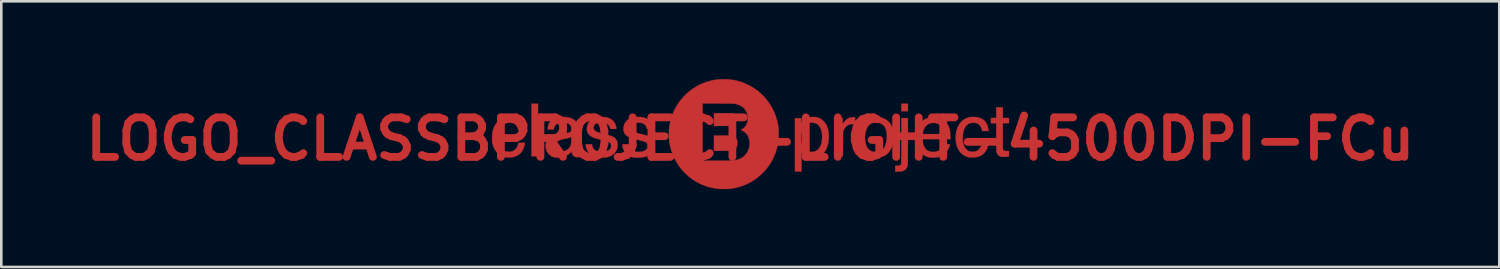
<source format=kicad_pcb>
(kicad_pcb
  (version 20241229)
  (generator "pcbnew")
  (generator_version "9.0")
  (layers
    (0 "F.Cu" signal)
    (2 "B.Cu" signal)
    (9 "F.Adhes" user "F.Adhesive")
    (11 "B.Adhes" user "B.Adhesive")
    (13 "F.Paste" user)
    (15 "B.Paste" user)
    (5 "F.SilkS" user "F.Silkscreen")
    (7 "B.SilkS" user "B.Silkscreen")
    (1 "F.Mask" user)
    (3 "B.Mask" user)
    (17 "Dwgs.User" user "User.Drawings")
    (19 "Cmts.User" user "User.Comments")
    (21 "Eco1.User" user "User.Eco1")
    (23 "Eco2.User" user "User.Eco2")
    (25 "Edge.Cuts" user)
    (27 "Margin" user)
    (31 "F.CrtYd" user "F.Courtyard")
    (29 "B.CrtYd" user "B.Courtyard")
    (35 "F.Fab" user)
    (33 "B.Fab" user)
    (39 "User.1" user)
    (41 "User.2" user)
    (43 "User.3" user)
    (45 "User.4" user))
  (footprint "LOGO_CLASSBPROJECT-LIGHT-4500DPI-FCu"
    (layer "F.Cu")
    (at 25.879 2.31)
    (property "Reference" "LOGO_CLASSBPROJECT-LIGHT-4500DPI-FCu" (at 0 0 0) (layer "F.Cu") (effects (font (size 1.524 1.524) (thickness 0.3))))
    (attr through_hole)
    (fp_poly (pts (xy -8.184 0.666) (xy -8.438 0.666) (xy -8.438 -1.36) (xy -8.184 -1.36) (xy -8.184 0.666)) (stroke (width 0.01) (type solid)) (fill yes) (layer "F.Cu"))
    (fp_poly (pts (xy 6.079 -1.072) (xy 5.825 -1.072) (xy 5.825 -1.36) (xy 6.079 -1.36) (xy 6.079 -1.072)) (stroke (width 0.01) (type solid)) (fill yes) (layer "F.Cu"))
    (fp_poly (pts (xy 4.041 -0.576) (xy 3.966 -0.576) (xy 3.901 -0.573) (xy 3.844 -0.564) (xy 3.794 -0.548) (xy 3.75 -0.524) (xy 3.709 -0.493) (xy 3.687 -0.472) (xy 3.654 -0.433) (xy 3.628 -0.394) (xy 3.607 -0.351) (xy 3.593 -0.318) (xy 3.576 -0.268) (xy 3.574 0.199) (xy 3.573 0.666) (xy 3.319 0.666) (xy 3.319 -0.813) (xy 3.562 -0.813) (xy 3.562 -0.579) (xy 3.578 -0.605) (xy 3.597 -0.632) (xy 3.623 -0.663) (xy 3.653 -0.696) (xy 3.683 -0.726) (xy 3.712 -0.752) (xy 3.716 -0.755) (xy 3.761 -0.788) (xy 3.804 -0.811) (xy 3.85 -0.828) (xy 3.899 -0.837) (xy 3.956 -0.841) (xy 3.97 -0.841) (xy 4.041 -0.841) (xy 4.041 -0.576)) (stroke (width 0.01) (type solid)) (fill yes) (layer "F.Cu"))
    (fp_poly (pts (xy -1.113 -0.135) (xy -1.035 -0.135) (xy -0.967 -0.135) (xy -0.909 -0.134) (xy -0.859 -0.133) (xy -0.816 -0.131) (xy -0.78 -0.129) (xy -0.749 -0.126) (xy -0.722 -0.123) (xy -0.699 -0.118) (xy -0.679 -0.113) (xy -0.66 -0.106) (xy -0.642 -0.098) (xy -0.628 -0.092) (xy -0.584 -0.065) (xy -0.549 -0.03) (xy -0.522 0.012) (xy -0.504 0.059) (xy -0.5 0.083) (xy -0.498 0.114) (xy -0.497 0.149) (xy -0.498 0.185) (xy -0.501 0.216) (xy -0.503 0.229) (xy -0.517 0.279) (xy -0.541 0.325) (xy -0.573 0.366) (xy -0.612 0.399) (xy -0.645 0.418) (xy -0.661 0.425) (xy -0.675 0.431) (xy -0.689 0.436) (xy -0.704 0.441) (xy -0.721 0.444) (xy -0.741 0.447) (xy -0.765 0.449) (xy -0.793 0.451) (xy -0.828 0.452) (xy -0.869 0.453) (xy -0.918 0.454) (xy -0.976 0.455) (xy -1.044 0.455) (xy -1.079 0.456) (xy -1.4 0.458) (xy -1.4 -0.135) (xy -1.113 -0.135)) (stroke (width 0.01) (type solid)) (fill yes) (layer "F.Cu"))
    (fp_poly (pts (xy -1.096 -0.992) (xy -1.026 -0.991) (xy -0.966 -0.99) (xy -0.915 -0.99) (xy -0.872 -0.989) (xy -0.836 -0.987) (xy -0.806 -0.986) (xy -0.78 -0.984) (xy -0.758 -0.981) (xy -0.739 -0.978) (xy -0.721 -0.975) (xy -0.703 -0.971) (xy -0.684 -0.965) (xy -0.675 -0.963) (xy -0.636 -0.946) (xy -0.602 -0.919) (xy -0.577 -0.89) (xy -0.564 -0.868) (xy -0.555 -0.847) (xy -0.549 -0.823) (xy -0.546 -0.794) (xy -0.545 -0.757) (xy -0.545 -0.748) (xy -0.545 -0.716) (xy -0.547 -0.693) (xy -0.55 -0.675) (xy -0.554 -0.658) (xy -0.558 -0.648) (xy -0.579 -0.609) (xy -0.609 -0.576) (xy -0.647 -0.55) (xy -0.658 -0.544) (xy -0.674 -0.537) (xy -0.689 -0.53) (xy -0.704 -0.524) (xy -0.719 -0.52) (xy -0.736 -0.516) (xy -0.756 -0.513) (xy -0.779 -0.51) (xy -0.807 -0.509) (xy -0.841 -0.507) (xy -0.882 -0.506) (xy -0.93 -0.505) (xy -0.988 -0.505) (xy -1.055 -0.504) (xy -1.088 -0.504) (xy -1.4 -0.502) (xy -1.4 -0.994) (xy -1.096 -0.992)) (stroke (width 0.01) (type solid)) (fill yes) (layer "F.Cu"))
    (fp_poly (pts (xy 6.077 0.089) (xy 6.077 0.207) (xy 6.077 0.315) (xy 6.077 0.412) (xy 6.076 0.5) (xy 6.076 0.579) (xy 6.076 0.649) (xy 6.076 0.71) (xy 6.075 0.765) (xy 6.075 0.812) (xy 6.074 0.853) (xy 6.074 0.888) (xy 6.073 0.918) (xy 6.073 0.942) (xy 6.072 0.963) (xy 6.071 0.979) (xy 6.07 0.993) (xy 6.069 1.004) (xy 6.068 1.012) (xy 6.067 1.019) (xy 6.066 1.024) (xy 6.047 1.081) (xy 6.021 1.13) (xy 5.988 1.17) (xy 5.946 1.203) (xy 5.896 1.229) (xy 5.85 1.245) (xy 5.833 1.249) (xy 5.811 1.252) (xy 5.781 1.254) (xy 5.744 1.256) (xy 5.702 1.257) (xy 5.588 1.26) (xy 5.588 1.033) (xy 5.623 1.033) (xy 5.655 1.032) (xy 5.689 1.029) (xy 5.722 1.025) (xy 5.751 1.019) (xy 5.772 1.013) (xy 5.774 1.013) (xy 5.791 1.003) (xy 5.803 0.989) (xy 5.811 0.967) (xy 5.818 0.936) (xy 5.819 0.928) (xy 5.82 0.917) (xy 5.821 0.894) (xy 5.821 0.861) (xy 5.822 0.818) (xy 5.823 0.764) (xy 5.823 0.701) (xy 5.824 0.629) (xy 5.824 0.547) (xy 5.824 0.456) (xy 5.825 0.357) (xy 5.825 0.249) (xy 5.825 0.134) (xy 5.825 0.041) (xy 5.825 -0.807) (xy 6.079 -0.807) (xy 6.077 0.089)) (stroke (width 0.01) (type solid)) (fill yes) (layer "F.Cu"))
    (fp_poly (pts (xy 9.737 -0.813) (xy 9.974 -0.813) (xy 9.974 -0.61) (xy 9.737 -0.61) (xy 9.737 -0.114) (xy 9.737 -0.028) (xy 9.737 0.048) (xy 9.737 0.114) (xy 9.737 0.171) (xy 9.737 0.219) (xy 9.738 0.26) (xy 9.738 0.294) (xy 9.739 0.321) (xy 9.739 0.344) (xy 9.74 0.361) (xy 9.741 0.374) (xy 9.742 0.384) (xy 9.743 0.392) (xy 9.745 0.398) (xy 9.747 0.402) (xy 9.747 0.404) (xy 9.759 0.424) (xy 9.772 0.439) (xy 9.79 0.45) (xy 9.813 0.457) (xy 9.843 0.461) (xy 9.883 0.463) (xy 9.897 0.463) (xy 9.974 0.463) (xy 9.974 0.67) (xy 9.941 0.677) (xy 9.92 0.681) (xy 9.89 0.683) (xy 9.854 0.685) (xy 9.816 0.686) (xy 9.777 0.687) (xy 9.74 0.686) (xy 9.707 0.685) (xy 9.681 0.683) (xy 9.668 0.68) (xy 9.62 0.663) (xy 9.58 0.639) (xy 9.547 0.607) (xy 9.521 0.565) (xy 9.501 0.515) (xy 9.492 0.481) (xy 9.49 0.474) (xy 9.489 0.464) (xy 9.488 0.452) (xy 9.487 0.437) (xy 9.486 0.419) (xy 9.485 0.396) (xy 9.484 0.368) (xy 9.484 0.334) (xy 9.483 0.293) (xy 9.483 0.245) (xy 9.483 0.189) (xy 9.483 0.124) (xy 9.483 0.05) (xy 9.483 -0.034) (xy 9.483 -0.084) (xy 9.483 -0.61) (xy 9.279 -0.61) (xy 9.279 -0.813) (xy 9.483 -0.813) (xy 9.483 -1.225) (xy 9.737 -1.225) (xy 9.737 -0.813)) (stroke (width 0.01) (type solid)) (fill yes) (layer "F.Cu"))
    (fp_poly (pts (xy -9.215 -0.851) (xy -9.178 -0.849) (xy -9.161 -0.847) (xy -9.08 -0.831) (xy -9.006 -0.807) (xy -8.94 -0.775) (xy -8.881 -0.736) (xy -8.831 -0.69) (xy -8.812 -0.668) (xy -8.778 -0.618) (xy -8.749 -0.56) (xy -8.724 -0.494) (xy -8.705 -0.418) (xy -8.69 -0.334) (xy -8.687 -0.31) (xy -8.933 -0.31) (xy -8.946 -0.359) (xy -8.965 -0.415) (xy -8.989 -0.466) (xy -9.017 -0.512) (xy -9.044 -0.544) (xy -9.079 -0.574) (xy -9.117 -0.597) (xy -9.16 -0.613) (xy -9.209 -0.622) (xy -9.266 -0.626) (xy -9.28 -0.626) (xy -9.318 -0.625) (xy -9.351 -0.623) (xy -9.377 -0.618) (xy -9.378 -0.618) (xy -9.436 -0.598) (xy -9.489 -0.568) (xy -9.535 -0.528) (xy -9.575 -0.479) (xy -9.61 -0.42) (xy -9.638 -0.352) (xy -9.661 -0.273) (xy -9.672 -0.222) (xy -9.678 -0.182) (xy -9.682 -0.134) (xy -9.684 -0.081) (xy -9.685 -0.028) (xy -9.684 0.024) (xy -9.681 0.069) (xy -9.678 0.096) (xy -9.663 0.171) (xy -9.642 0.24) (xy -9.615 0.302) (xy -9.582 0.356) (xy -9.545 0.401) (xy -9.51 0.432) (xy -9.474 0.455) (xy -9.433 0.472) (xy -9.406 0.48) (xy -9.368 0.487) (xy -9.324 0.49) (xy -9.278 0.491) (xy -9.235 0.487) (xy -9.207 0.482) (xy -9.154 0.464) (xy -9.105 0.436) (xy -9.061 0.398) (xy -9.021 0.351) (xy -8.988 0.296) (xy -8.96 0.234) (xy -8.941 0.171) (xy -8.935 0.147) (xy -8.686 0.147) (xy -8.69 0.168) (xy -8.709 0.259) (xy -8.735 0.342) (xy -8.767 0.415) (xy -8.807 0.48) (xy -8.853 0.537) (xy -8.906 0.586) (xy -8.944 0.613) (xy -8.997 0.644) (xy -9.052 0.669) (xy -9.112 0.688) (xy -9.179 0.702) (xy -9.18 0.702) (xy -9.211 0.706) (xy -9.249 0.709) (xy -9.291 0.71) (xy -9.335 0.711) (xy -9.377 0.709) (xy -9.415 0.707) (xy -9.445 0.704) (xy -9.451 0.702) (xy -9.529 0.681) (xy -9.601 0.651) (xy -9.669 0.61) (xy -9.73 0.561) (xy -9.785 0.503) (xy -9.833 0.437) (xy -9.874 0.363) (xy -9.907 0.282) (xy -9.928 0.212) (xy -9.944 0.136) (xy -9.953 0.052) (xy -9.957 -0.036) (xy -9.954 -0.125) (xy -9.945 -0.214) (xy -9.931 -0.299) (xy -9.922 -0.336) (xy -9.895 -0.423) (xy -9.859 -0.504) (xy -9.815 -0.577) (xy -9.764 -0.643) (xy -9.705 -0.702) (xy -9.64 -0.752) (xy -9.568 -0.793) (xy -9.49 -0.824) (xy -9.452 -0.836) (xy -9.424 -0.842) (xy -9.388 -0.846) (xy -9.347 -0.849) (xy -9.302 -0.851) (xy -9.257 -0.852) (xy -9.215 -0.851)) (stroke (width 0.01) (type solid)) (fill yes) (layer "F.Cu"))
    (fp_poly (pts (xy 8.661 -0.851) (xy 8.698 -0.849) (xy 8.715 -0.847) (xy 8.796 -0.831) (xy 8.87 -0.807) (xy 8.936 -0.775) (xy 8.995 -0.736) (xy 9.045 -0.69) (xy 9.064 -0.668) (xy 9.098 -0.618) (xy 9.127 -0.56) (xy 9.151 -0.494) (xy 9.171 -0.418) (xy 9.186 -0.334) (xy 9.189 -0.31) (xy 8.943 -0.31) (xy 8.93 -0.359) (xy 8.911 -0.415) (xy 8.887 -0.466) (xy 8.859 -0.512) (xy 8.832 -0.544) (xy 8.797 -0.574) (xy 8.759 -0.597) (xy 8.716 -0.613) (xy 8.667 -0.622) (xy 8.61 -0.626) (xy 8.596 -0.626) (xy 8.558 -0.625) (xy 8.525 -0.623) (xy 8.499 -0.618) (xy 8.497 -0.618) (xy 8.44 -0.598) (xy 8.387 -0.568) (xy 8.341 -0.528) (xy 8.301 -0.479) (xy 8.266 -0.42) (xy 8.238 -0.352) (xy 8.215 -0.273) (xy 8.204 -0.222) (xy 8.198 -0.182) (xy 8.194 -0.134) (xy 8.192 -0.081) (xy 8.191 -0.028) (xy 8.192 0.024) (xy 8.195 0.069) (xy 8.198 0.096) (xy 8.213 0.171) (xy 8.234 0.24) (xy 8.261 0.302) (xy 8.294 0.356) (xy 8.331 0.401) (xy 8.366 0.432) (xy 8.402 0.455) (xy 8.443 0.472) (xy 8.47 0.48) (xy 8.508 0.487) (xy 8.552 0.49) (xy 8.598 0.491) (xy 8.641 0.487) (xy 8.669 0.482) (xy 8.722 0.464) (xy 8.771 0.436) (xy 8.815 0.398) (xy 8.854 0.351) (xy 8.888 0.296) (xy 8.916 0.234) (xy 8.935 0.171) (xy 8.941 0.147) (xy 9.19 0.147) (xy 9.186 0.168) (xy 9.167 0.259) (xy 9.141 0.342) (xy 9.109 0.415) (xy 9.069 0.48) (xy 9.023 0.537) (xy 8.97 0.586) (xy 8.932 0.613) (xy 8.879 0.644) (xy 8.824 0.669) (xy 8.764 0.688) (xy 8.697 0.702) (xy 8.696 0.702) (xy 8.665 0.706) (xy 8.627 0.709) (xy 8.585 0.71) (xy 8.541 0.711) (xy 8.499 0.709) (xy 8.461 0.707) (xy 8.431 0.704) (xy 8.425 0.702) (xy 8.347 0.681) (xy 8.275 0.651) (xy 8.207 0.61) (xy 8.146 0.561) (xy 8.091 0.503) (xy 8.043 0.437) (xy 8.002 0.363) (xy 7.969 0.282) (xy 7.948 0.212) (xy 7.932 0.136) (xy 7.923 0.052) (xy 7.919 -0.036) (xy 7.922 -0.125) (xy 7.931 -0.214) (xy 7.945 -0.299) (xy 7.954 -0.336) (xy 7.981 -0.423) (xy 8.017 -0.504) (xy 8.061 -0.577) (xy 8.112 -0.643) (xy 8.171 -0.702) (xy 8.236 -0.752) (xy 8.308 -0.793) (xy 8.386 -0.824) (xy 8.424 -0.836) (xy 8.452 -0.842) (xy 8.488 -0.846) (xy 8.529 -0.849) (xy 8.574 -0.851) (xy 8.619 -0.852) (xy 8.661 -0.851)) (stroke (width 0.01) (type solid)) (fill yes) (layer "F.Cu"))
    (fp_poly (pts (xy 2.466 -0.849) (xy 2.495 -0.849) (xy 2.518 -0.848) (xy 2.536 -0.846) (xy 2.552 -0.843) (xy 2.568 -0.839) (xy 2.586 -0.834) (xy 2.588 -0.833) (xy 2.662 -0.805) (xy 2.731 -0.767) (xy 2.794 -0.719) (xy 2.851 -0.664) (xy 2.9 -0.6) (xy 2.942 -0.529) (xy 2.976 -0.452) (xy 2.983 -0.433) (xy 3.001 -0.365) (xy 3.015 -0.289) (xy 3.024 -0.207) (xy 3.028 -0.121) (xy 3.027 -0.034) (xy 3.021 0.053) (xy 3.009 0.138) (xy 2.993 0.218) (xy 2.983 0.257) (xy 2.953 0.342) (xy 2.916 0.419) (xy 2.87 0.488) (xy 2.818 0.549) (xy 2.757 0.602) (xy 2.69 0.646) (xy 2.661 0.66) (xy 2.625 0.678) (xy 2.592 0.691) (xy 2.561 0.7) (xy 2.529 0.707) (xy 2.493 0.711) (xy 2.452 0.713) (xy 2.402 0.714) (xy 2.396 0.714) (xy 2.357 0.714) (xy 2.327 0.713) (xy 2.304 0.712) (xy 2.285 0.711) (xy 2.27 0.708) (xy 2.254 0.704) (xy 2.237 0.699) (xy 2.232 0.698) (xy 2.191 0.684) (xy 2.155 0.668) (xy 2.123 0.65) (xy 2.091 0.626) (xy 2.057 0.596) (xy 2.039 0.579) (xy 1.976 0.516) (xy 1.976 0.885) (xy 1.976 1.253) (xy 1.722 1.253) (xy 1.722 -0.013) (xy 1.968 -0.013) (xy 1.973 0.075) (xy 1.985 0.156) (xy 2.004 0.229) (xy 2.03 0.293) (xy 2.062 0.35) (xy 2.101 0.397) (xy 2.147 0.436) (xy 2.198 0.466) (xy 2.256 0.486) (xy 2.277 0.491) (xy 2.303 0.494) (xy 2.335 0.496) (xy 2.371 0.496) (xy 2.406 0.494) (xy 2.436 0.492) (xy 2.457 0.488) (xy 2.508 0.469) (xy 2.557 0.442) (xy 2.604 0.406) (xy 2.645 0.364) (xy 2.679 0.317) (xy 2.692 0.295) (xy 2.717 0.238) (xy 2.738 0.179) (xy 2.753 0.115) (xy 2.763 0.044) (xy 2.769 -0.031) (xy 2.77 -0.119) (xy 2.764 -0.203) (xy 2.75 -0.282) (xy 2.73 -0.354) (xy 2.704 -0.42) (xy 2.671 -0.478) (xy 2.633 -0.527) (xy 2.625 -0.536) (xy 2.582 -0.573) (xy 2.535 -0.6) (xy 2.483 -0.619) (xy 2.425 -0.629) (xy 2.368 -0.632) (xy 2.333 -0.631) (xy 2.3 -0.628) (xy 2.275 -0.624) (xy 2.272 -0.624) (xy 2.213 -0.603) (xy 2.161 -0.573) (xy 2.115 -0.534) (xy 2.075 -0.486) (xy 2.042 -0.428) (xy 2.014 -0.361) (xy 1.993 -0.285) (xy 1.979 -0.199) (xy 1.97 -0.109) (xy 1.968 -0.013) (xy 1.722 -0.013) (xy 1.722 -0.802) (xy 1.97 -0.802) (xy 1.97 -0.634) (xy 2.031 -0.694) (xy 2.08 -0.738) (xy 2.128 -0.774) (xy 2.178 -0.802) (xy 2.233 -0.825) (xy 2.28 -0.84) (xy 2.296 -0.843) (xy 2.314 -0.846) (xy 2.336 -0.848) (xy 2.364 -0.849) (xy 2.4 -0.849) (xy 2.427 -0.849) (xy 2.466 -0.849)) (stroke (width 0.01) (type solid)) (fill yes) (layer "F.Cu"))
    (fp_poly (pts (xy 4.89 -0.852) (xy 4.935 -0.849) (xy 4.974 -0.846) (xy 4.988 -0.844) (xy 5.071 -0.823) (xy 5.151 -0.793) (xy 5.225 -0.752) (xy 5.294 -0.702) (xy 5.337 -0.664) (xy 5.388 -0.606) (xy 5.431 -0.543) (xy 5.466 -0.474) (xy 5.491 -0.406) (xy 5.504 -0.36) (xy 5.514 -0.314) (xy 5.522 -0.265) (xy 5.527 -0.211) (xy 5.53 -0.149) (xy 5.53 -0.14) (xy 5.529 -0.031) (xy 5.521 0.07) (xy 5.504 0.165) (xy 5.48 0.254) (xy 5.447 0.338) (xy 5.405 0.418) (xy 5.38 0.457) (xy 5.332 0.52) (xy 5.278 0.574) (xy 5.217 0.619) (xy 5.149 0.656) (xy 5.073 0.685) (xy 4.99 0.705) (xy 4.97 0.708) (xy 4.941 0.712) (xy 4.904 0.714) (xy 4.862 0.716) (xy 4.819 0.716) (xy 4.775 0.716) (xy 4.736 0.714) (xy 4.702 0.711) (xy 4.682 0.709) (xy 4.6 0.688) (xy 4.524 0.658) (xy 4.454 0.619) (xy 4.391 0.571) (xy 4.334 0.513) (xy 4.285 0.447) (xy 4.246 0.381) (xy 4.211 0.301) (xy 4.185 0.214) (xy 4.167 0.121) (xy 4.157 0.023) (xy 4.157 -0.046) (xy 4.42 -0.046) (xy 4.423 0.037) (xy 4.434 0.116) (xy 4.451 0.189) (xy 4.474 0.256) (xy 4.504 0.316) (xy 4.539 0.368) (xy 4.579 0.411) (xy 4.625 0.445) (xy 4.647 0.457) (xy 4.681 0.472) (xy 4.714 0.483) (xy 4.748 0.49) (xy 4.786 0.494) (xy 4.831 0.495) (xy 4.854 0.495) (xy 4.89 0.494) (xy 4.917 0.492) (xy 4.938 0.49) (xy 4.957 0.487) (xy 4.975 0.482) (xy 4.987 0.478) (xy 5.036 0.458) (xy 5.08 0.43) (xy 5.118 0.396) (xy 5.151 0.352) (xy 5.181 0.3) (xy 5.207 0.238) (xy 5.218 0.207) (xy 5.242 0.124) (xy 5.257 0.041) (xy 5.265 -0.045) (xy 5.265 -0.138) (xy 5.265 -0.138) (xy 5.26 -0.21) (xy 5.252 -0.273) (xy 5.239 -0.33) (xy 5.221 -0.383) (xy 5.198 -0.434) (xy 5.197 -0.437) (xy 5.163 -0.491) (xy 5.121 -0.537) (xy 5.071 -0.575) (xy 5.015 -0.604) (xy 4.996 -0.612) (xy 4.974 -0.619) (xy 4.955 -0.624) (xy 4.936 -0.627) (xy 4.912 -0.629) (xy 4.882 -0.631) (xy 4.867 -0.631) (xy 4.816 -0.631) (xy 4.773 -0.629) (xy 4.736 -0.622) (xy 4.7 -0.611) (xy 4.664 -0.596) (xy 4.616 -0.567) (xy 4.572 -0.528) (xy 4.533 -0.48) (xy 4.5 -0.423) (xy 4.471 -0.359) (xy 4.449 -0.289) (xy 4.433 -0.212) (xy 4.423 -0.129) (xy 4.42 -0.046) (xy 4.157 -0.046) (xy 4.157 -0.08) (xy 4.159 -0.129) (xy 4.168 -0.215) (xy 4.181 -0.293) (xy 4.199 -0.364) (xy 4.223 -0.431) (xy 4.25 -0.491) (xy 4.295 -0.569) (xy 4.346 -0.637) (xy 4.404 -0.696) (xy 4.469 -0.746) (xy 4.539 -0.787) (xy 4.616 -0.819) (xy 4.699 -0.841) (xy 4.717 -0.844) (xy 4.752 -0.848) (xy 4.795 -0.851) (xy 4.842 -0.852) (xy 4.89 -0.852)) (stroke (width 0.01) (type solid)) (fill yes) (layer "F.Cu"))
    (fp_poly (pts (xy 7.122 -0.84) (xy 7.165 -0.836) (xy 7.186 -0.833) (xy 7.264 -0.814) (xy 7.337 -0.787) (xy 7.407 -0.753) (xy 7.47 -0.712) (xy 7.526 -0.666) (xy 7.573 -0.615) (xy 7.59 -0.591) (xy 7.619 -0.546) (xy 7.643 -0.501) (xy 7.663 -0.452) (xy 7.68 -0.4) (xy 7.693 -0.342) (xy 7.703 -0.278) (xy 7.711 -0.207) (xy 7.716 -0.126) (xy 7.718 -0.08) (xy 7.722 0.006) (xy 6.644 0.006) (xy 6.644 0.03) (xy 6.645 0.054) (xy 6.649 0.085) (xy 6.654 0.12) (xy 6.661 0.156) (xy 6.668 0.188) (xy 6.672 0.202) (xy 6.694 0.267) (xy 6.724 0.325) (xy 6.759 0.375) (xy 6.8 0.417) (xy 6.846 0.45) (xy 6.865 0.46) (xy 6.902 0.476) (xy 6.938 0.486) (xy 6.976 0.493) (xy 7.02 0.496) (xy 7.07 0.495) (xy 7.104 0.494) (xy 7.131 0.492) (xy 7.152 0.489) (xy 7.171 0.484) (xy 7.192 0.478) (xy 7.194 0.477) (xy 7.255 0.451) (xy 7.309 0.415) (xy 7.356 0.372) (xy 7.395 0.32) (xy 7.426 0.261) (xy 7.432 0.246) (xy 7.448 0.203) (xy 7.574 0.203) (xy 7.7 0.203) (xy 7.696 0.224) (xy 7.683 0.274) (xy 7.663 0.327) (xy 7.635 0.382) (xy 7.603 0.437) (xy 7.566 0.487) (xy 7.528 0.533) (xy 7.518 0.542) (xy 7.458 0.594) (xy 7.391 0.637) (xy 7.317 0.671) (xy 7.237 0.697) (xy 7.165 0.711) (xy 7.13 0.714) (xy 7.088 0.716) (xy 7.042 0.717) (xy 6.995 0.716) (xy 6.95 0.713) (xy 6.911 0.709) (xy 6.886 0.705) (xy 6.808 0.683) (xy 6.734 0.65) (xy 6.664 0.607) (xy 6.598 0.554) (xy 6.592 0.549) (xy 6.539 0.493) (xy 6.494 0.434) (xy 6.456 0.371) (xy 6.426 0.302) (xy 6.402 0.226) (xy 6.384 0.141) (xy 6.378 0.102) (xy 6.375 0.071) (xy 6.373 0.031) (xy 6.372 -0.013) (xy 6.372 -0.061) (xy 6.374 -0.108) (xy 6.376 -0.151) (xy 6.379 -0.189) (xy 6.379 -0.192) (xy 6.648 -0.192) (xy 7.052 -0.192) (xy 7.129 -0.192) (xy 7.196 -0.192) (xy 7.253 -0.192) (xy 7.301 -0.192) (xy 7.341 -0.193) (xy 7.374 -0.193) (xy 7.399 -0.193) (xy 7.419 -0.194) (xy 7.434 -0.195) (xy 7.444 -0.196) (xy 7.451 -0.197) (xy 7.454 -0.199) (xy 7.456 -0.2) (xy 7.456 -0.202) (xy 7.455 -0.219) (xy 7.451 -0.244) (xy 7.445 -0.274) (xy 7.438 -0.305) (xy 7.43 -0.336) (xy 7.423 -0.362) (xy 7.422 -0.364) (xy 7.397 -0.426) (xy 7.365 -0.48) (xy 7.325 -0.526) (xy 7.279 -0.563) (xy 7.246 -0.581) (xy 7.204 -0.599) (xy 7.161 -0.612) (xy 7.115 -0.618) (xy 7.062 -0.621) (xy 7.058 -0.621) (xy 6.993 -0.617) (xy 6.935 -0.605) (xy 6.884 -0.586) (xy 6.876 -0.581) (xy 6.82 -0.545) (xy 6.772 -0.501) (xy 6.731 -0.449) (xy 6.697 -0.389) (xy 6.672 -0.323) (xy 6.655 -0.251) (xy 6.652 -0.224) (xy 6.648 -0.192) (xy 6.379 -0.192) (xy 6.381 -0.207) (xy 6.4 -0.304) (xy 6.428 -0.395) (xy 6.465 -0.479) (xy 6.511 -0.556) (xy 6.567 -0.627) (xy 6.603 -0.665) (xy 6.665 -0.718) (xy 6.733 -0.762) (xy 6.807 -0.797) (xy 6.886 -0.823) (xy 6.924 -0.83) (xy 6.97 -0.836) (xy 7.021 -0.84) (xy 7.072 -0.841) (xy 7.122 -0.84)) (stroke (width 0.01) (type solid)) (fill yes) (layer "F.Cu"))
    (fp_poly (pts (xy -5.687 -0.849) (xy -5.643 -0.848) (xy -5.605 -0.845) (xy -5.573 -0.841) (xy -5.543 -0.836) (xy -5.513 -0.828) (xy -5.482 -0.818) (xy -5.463 -0.81) (xy -5.404 -0.785) (xy -5.352 -0.753) (xy -5.32 -0.728) (xy -5.279 -0.688) (xy -5.243 -0.641) (xy -5.212 -0.59) (xy -5.188 -0.536) (xy -5.172 -0.481) (xy -5.165 -0.429) (xy -5.165 -0.419) (xy -5.165 -0.389) (xy -5.401 -0.389) (xy -5.407 -0.421) (xy -5.418 -0.456) (xy -5.434 -0.492) (xy -5.454 -0.525) (xy -5.476 -0.551) (xy -5.478 -0.553) (xy -5.509 -0.576) (xy -5.548 -0.597) (xy -5.593 -0.614) (xy -5.608 -0.619) (xy -5.631 -0.623) (xy -5.662 -0.627) (xy -5.699 -0.629) (xy -5.739 -0.631) (xy -5.778 -0.631) (xy -5.815 -0.631) (xy -5.845 -0.628) (xy -5.858 -0.627) (xy -5.904 -0.615) (xy -5.947 -0.596) (xy -5.984 -0.571) (xy -6.014 -0.541) (xy -6.03 -0.516) (xy -6.037 -0.495) (xy -6.043 -0.468) (xy -6.044 -0.456) (xy -6.042 -0.414) (xy -6.03 -0.375) (xy -6.008 -0.341) (xy -5.975 -0.311) (xy -5.932 -0.284) (xy -5.892 -0.266) (xy -5.876 -0.26) (xy -5.851 -0.253) (xy -5.819 -0.244) (xy -5.78 -0.233) (xy -5.738 -0.222) (xy -5.692 -0.21) (xy -5.667 -0.204) (xy -5.587 -0.184) (xy -5.517 -0.165) (xy -5.456 -0.148) (xy -5.404 -0.131) (xy -5.359 -0.115) (xy -5.321 -0.1) (xy -5.288 -0.084) (xy -5.26 -0.068) (xy -5.236 -0.052) (xy -5.228 -0.046) (xy -5.203 -0.021) (xy -5.178 0.011) (xy -5.156 0.047) (xy -5.139 0.082) (xy -5.138 0.085) (xy -5.122 0.142) (xy -5.115 0.204) (xy -5.116 0.268) (xy -5.125 0.332) (xy -5.142 0.393) (xy -5.161 0.439) (xy -5.199 0.502) (xy -5.244 0.557) (xy -5.297 0.603) (xy -5.358 0.642) (xy -5.427 0.674) (xy -5.504 0.697) (xy -5.508 0.698) (xy -5.528 0.703) (xy -5.547 0.706) (xy -5.566 0.709) (xy -5.587 0.711) (xy -5.612 0.712) (xy -5.643 0.713) (xy -5.683 0.714) (xy -5.707 0.714) (xy -5.748 0.715) (xy -5.787 0.714) (xy -5.823 0.714) (xy -5.854 0.713) (xy -5.876 0.712) (xy -5.884 0.711) (xy -5.947 0.699) (xy -6.008 0.682) (xy -6.066 0.659) (xy -6.118 0.634) (xy -6.155 0.609) (xy -6.184 0.583) (xy -6.214 0.55) (xy -6.244 0.512) (xy -6.27 0.471) (xy -6.285 0.443) (xy -6.307 0.392) (xy -6.324 0.336) (xy -6.337 0.278) (xy -6.341 0.244) (xy -6.346 0.203) (xy -6.102 0.203) (xy -6.099 0.224) (xy -6.095 0.242) (xy -6.09 0.265) (xy -6.087 0.278) (xy -6.069 0.33) (xy -6.043 0.376) (xy -6.008 0.414) (xy -5.965 0.445) (xy -5.912 0.469) (xy -5.851 0.486) (xy -5.823 0.491) (xy -5.796 0.494) (xy -5.761 0.496) (xy -5.722 0.496) (xy -5.681 0.495) (xy -5.643 0.492) (xy -5.608 0.489) (xy -5.581 0.485) (xy -5.574 0.483) (xy -5.535 0.47) (xy -5.496 0.452) (xy -5.461 0.433) (xy -5.431 0.412) (xy -5.418 0.4) (xy -5.392 0.366) (xy -5.375 0.328) (xy -5.366 0.287) (xy -5.366 0.245) (xy -5.375 0.205) (xy -5.391 0.173) (xy -5.401 0.159) (xy -5.413 0.147) (xy -5.426 0.135) (xy -5.443 0.125) (xy -5.465 0.114) (xy -5.491 0.103) (xy -5.524 0.092) (xy -5.563 0.079) (xy -5.61 0.066) (xy -5.667 0.05) (xy -5.732 0.033) (xy -5.763 0.025) (xy -5.825 0.009) (xy -5.878 -0.004) (xy -5.922 -0.016) (xy -5.958 -0.027) (xy -5.99 -0.036) (xy -6.016 -0.045) (xy -6.039 -0.054) (xy -6.06 -0.062) (xy -6.081 -0.072) (xy -6.102 -0.082) (xy -6.102 -0.082) (xy -6.161 -0.118) (xy -6.21 -0.158) (xy -6.248 -0.203) (xy -6.277 -0.253) (xy -6.295 -0.308) (xy -6.303 -0.367) (xy -6.302 -0.42) (xy -6.291 -0.493) (xy -6.27 -0.56) (xy -6.24 -0.621) (xy -6.201 -0.676) (xy -6.152 -0.724) (xy -6.095 -0.766) (xy -6.03 -0.8) (xy -5.956 -0.828) (xy -5.923 -0.837) (xy -5.906 -0.841) (xy -5.889 -0.844) (xy -5.872 -0.846) (xy -5.851 -0.848) (xy -5.826 -0.849) (xy -5.794 -0.849) (xy -5.753 -0.849) (xy -5.74 -0.849) (xy -5.687 -0.849)) (stroke (width 0.01) (type solid)) (fill yes) (layer "F.Cu"))
    (fp_poly (pts (xy -4.276 -0.849) (xy -4.231 -0.848) (xy -4.194 -0.845) (xy -4.161 -0.841) (xy -4.132 -0.836) (xy -4.102 -0.828) (xy -4.071 -0.818) (xy -4.052 -0.81) (xy -3.993 -0.785) (xy -3.941 -0.753) (xy -3.909 -0.728) (xy -3.868 -0.688) (xy -3.831 -0.641) (xy -3.801 -0.59) (xy -3.777 -0.536) (xy -3.761 -0.481) (xy -3.754 -0.429) (xy -3.754 -0.419) (xy -3.754 -0.389) (xy -3.99 -0.389) (xy -3.996 -0.421) (xy -4.007 -0.456) (xy -4.023 -0.492) (xy -4.043 -0.525) (xy -4.065 -0.551) (xy -4.067 -0.553) (xy -4.098 -0.576) (xy -4.137 -0.597) (xy -4.182 -0.614) (xy -4.197 -0.619) (xy -4.22 -0.623) (xy -4.251 -0.627) (xy -4.288 -0.629) (xy -4.328 -0.631) (xy -4.367 -0.631) (xy -4.404 -0.631) (xy -4.434 -0.628) (xy -4.446 -0.627) (xy -4.493 -0.615) (xy -4.536 -0.596) (xy -4.573 -0.571) (xy -4.602 -0.541) (xy -4.618 -0.516) (xy -4.626 -0.495) (xy -4.632 -0.468) (xy -4.633 -0.456) (xy -4.631 -0.414) (xy -4.619 -0.375) (xy -4.597 -0.341) (xy -4.564 -0.311) (xy -4.521 -0.284) (xy -4.481 -0.266) (xy -4.465 -0.26) (xy -4.44 -0.253) (xy -4.408 -0.244) (xy -4.369 -0.233) (xy -4.326 -0.222) (xy -4.281 -0.21) (xy -4.256 -0.204) (xy -4.176 -0.184) (xy -4.106 -0.165) (xy -4.045 -0.148) (xy -3.993 -0.131) (xy -3.948 -0.115) (xy -3.91 -0.1) (xy -3.877 -0.084) (xy -3.849 -0.068) (xy -3.825 -0.052) (xy -3.817 -0.046) (xy -3.792 -0.021) (xy -3.767 0.011) (xy -3.744 0.047) (xy -3.728 0.082) (xy -3.727 0.085) (xy -3.711 0.142) (xy -3.704 0.204) (xy -3.705 0.268) (xy -3.714 0.332) (xy -3.731 0.393) (xy -3.75 0.439) (xy -3.788 0.502) (xy -3.833 0.557) (xy -3.886 0.603) (xy -3.947 0.642) (xy -4.016 0.674) (xy -4.093 0.697) (xy -4.097 0.698) (xy -4.117 0.703) (xy -4.136 0.706) (xy -4.154 0.709) (xy -4.175 0.711) (xy -4.201 0.712) (xy -4.232 0.713) (xy -4.272 0.714) (xy -4.295 0.714) (xy -4.336 0.715) (xy -4.376 0.714) (xy -4.412 0.714) (xy -4.442 0.713) (xy -4.465 0.712) (xy -4.473 0.711) (xy -4.536 0.699) (xy -4.597 0.682) (xy -4.655 0.659) (xy -4.707 0.634) (xy -4.744 0.609) (xy -4.773 0.583) (xy -4.803 0.55) (xy -4.833 0.512) (xy -4.859 0.471) (xy -4.874 0.443) (xy -4.896 0.392) (xy -4.913 0.336) (xy -4.926 0.278) (xy -4.93 0.244) (xy -4.934 0.203) (xy -4.691 0.203) (xy -4.687 0.224) (xy -4.684 0.242) (xy -4.679 0.265) (xy -4.676 0.278) (xy -4.658 0.33) (xy -4.632 0.376) (xy -4.597 0.414) (xy -4.554 0.445) (xy -4.501 0.469) (xy -4.44 0.486) (xy -4.412 0.491) (xy -4.384 0.494) (xy -4.35 0.496) (xy -4.311 0.496) (xy -4.27 0.495) (xy -4.232 0.492) (xy -4.197 0.489) (xy -4.17 0.485) (xy -4.163 0.483) (xy -4.124 0.47) (xy -4.085 0.452) (xy -4.049 0.433) (xy -4.02 0.412) (xy -4.007 0.4) (xy -3.981 0.366) (xy -3.964 0.328) (xy -3.955 0.287) (xy -3.955 0.245) (xy -3.964 0.205) (xy -3.98 0.173) (xy -3.99 0.159) (xy -4.001 0.147) (xy -4.015 0.135) (xy -4.032 0.125) (xy -4.054 0.114) (xy -4.08 0.103) (xy -4.113 0.092) (xy -4.152 0.079) (xy -4.199 0.066) (xy -4.255 0.05) (xy -4.321 0.033) (xy -4.352 0.025) (xy -4.414 0.009) (xy -4.466 -0.004) (xy -4.51 -0.016) (xy -4.547 -0.027) (xy -4.578 -0.036) (xy -4.605 -0.045) (xy -4.628 -0.054) (xy -4.649 -0.062) (xy -4.67 -0.072) (xy -4.691 -0.082) (xy -4.691 -0.082) (xy -4.75 -0.118) (xy -4.799 -0.158) (xy -4.837 -0.203) (xy -4.866 -0.253) (xy -4.884 -0.308) (xy -4.892 -0.367) (xy -4.891 -0.42) (xy -4.88 -0.493) (xy -4.859 -0.56) (xy -4.829 -0.621) (xy -4.789 -0.676) (xy -4.741 -0.724) (xy -4.684 -0.766) (xy -4.618 -0.8) (xy -4.545 -0.828) (xy -4.512 -0.837) (xy -4.495 -0.841) (xy -4.478 -0.844) (xy -4.461 -0.846) (xy -4.44 -0.848) (xy -4.415 -0.849) (xy -4.383 -0.849) (xy -4.342 -0.849) (xy -4.329 -0.849) (xy -4.276 -0.849)) (stroke (width 0.01) (type solid)) (fill yes) (layer "F.Cu"))
    (fp_poly (pts (xy -0.921 -2.304) (xy -0.828 -2.298) (xy -0.74 -2.289) (xy -0.651 -2.276) (xy -0.56 -2.257) (xy -0.503 -2.244) (xy -0.359 -2.202) (xy -0.219 -2.151) (xy -0.083 -2.09) (xy 0.048 -2.019) (xy 0.173 -1.94) (xy 0.292 -1.852) (xy 0.405 -1.756) (xy 0.511 -1.652) (xy 0.609 -1.542) (xy 0.7 -1.425) (xy 0.782 -1.302) (xy 0.856 -1.173) (xy 0.921 -1.039) (xy 0.976 -0.9) (xy 1.021 -0.757) (xy 1.032 -0.714) (xy 1.053 -0.626) (xy 1.069 -0.542) (xy 1.081 -0.46) (xy 1.089 -0.377) (xy 1.094 -0.289) (xy 1.095 -0.194) (xy 1.095 -0.186) (xy 1.092 -0.051) (xy 1.081 0.077) (xy 1.062 0.202) (xy 1.036 0.324) (xy 1.001 0.447) (xy 0.984 0.499) (xy 0.929 0.642) (xy 0.866 0.778) (xy 0.794 0.908) (xy 0.712 1.032) (xy 0.621 1.151) (xy 0.52 1.265) (xy 0.494 1.292) (xy 0.38 1.401) (xy 0.261 1.499) (xy 0.136 1.588) (xy 0.006 1.667) (xy -0.129 1.736) (xy -0.269 1.795) (xy -0.414 1.843) (xy -0.564 1.882) (xy -0.719 1.91) (xy -0.747 1.914) (xy -0.781 1.918) (xy -0.817 1.921) (xy -0.855 1.924) (xy -0.9 1.926) (xy -0.952 1.927) (xy -0.991 1.927) (xy -1.033 1.928) (xy -1.073 1.928) (xy -1.109 1.928) (xy -1.139 1.928) (xy -1.161 1.927) (xy -1.174 1.927) (xy -1.174 1.927) (xy -1.332 1.908) (xy -1.483 1.88) (xy -1.629 1.843) (xy -1.769 1.796) (xy -1.905 1.74) (xy -2.037 1.674) (xy -2.151 1.607) (xy -2.258 1.535) (xy -2.363 1.453) (xy -2.465 1.363) (xy -2.562 1.267) (xy -2.652 1.167) (xy -2.733 1.064) (xy -2.767 1.016) (xy -2.851 0.884) (xy -2.877 0.835) (xy -1.84 0.835) (xy -1.293 0.835) (xy -1.199 0.835) (xy -1.111 0.835) (xy -1.03 0.835) (xy -0.956 0.834) (xy -0.889 0.834) (xy -0.831 0.833) (xy -0.782 0.833) (xy -0.742 0.832) (xy -0.711 0.831) (xy -0.692 0.83) (xy -0.688 0.83) (xy -0.601 0.819) (xy -0.524 0.804) (xy -0.456 0.785) (xy -0.394 0.761) (xy -0.337 0.732) (xy -0.285 0.697) (xy -0.236 0.656) (xy -0.232 0.652) (xy -0.174 0.59) (xy -0.125 0.521) (xy -0.086 0.446) (xy -0.056 0.367) (xy -0.036 0.282) (xy -0.036 0.281) (xy -0.031 0.239) (xy -0.029 0.191) (xy -0.029 0.14) (xy -0.032 0.091) (xy -0.037 0.045) (xy -0.045 0.008) (xy -0.07 -0.067) (xy -0.103 -0.135) (xy -0.144 -0.195) (xy -0.193 -0.247) (xy -0.25 -0.291) (xy -0.316 -0.327) (xy -0.323 -0.33) (xy -0.341 -0.339) (xy -0.355 -0.346) (xy -0.361 -0.35) (xy -0.361 -0.35) (xy -0.357 -0.355) (xy -0.346 -0.361) (xy -0.308 -0.382) (xy -0.269 -0.411) (xy -0.231 -0.446) (xy -0.196 -0.483) (xy -0.168 -0.521) (xy -0.157 -0.54) (xy -0.132 -0.597) (xy -0.114 -0.662) (xy -0.103 -0.731) (xy -0.099 -0.803) (xy -0.104 -0.876) (xy -0.115 -0.947) (xy -0.119 -0.961) (xy -0.132 -1.004) (xy -0.151 -1.049) (xy -0.174 -1.094) (xy -0.199 -1.134) (xy -0.217 -1.159) (xy -0.266 -1.209) (xy -0.323 -1.253) (xy -0.388 -1.291) (xy -0.463 -1.322) (xy -0.546 -1.348) (xy -0.595 -1.359) (xy -0.604 -1.36) (xy -0.614 -1.362) (xy -0.626 -1.363) (xy -0.641 -1.364) (xy -0.66 -1.365) (xy -0.683 -1.366) (xy -0.711 -1.366) (xy -0.744 -1.367) (xy -0.784 -1.367) (xy -0.831 -1.368) (xy -0.885 -1.368) (xy -0.948 -1.369) (xy -1.019 -1.369) (xy -1.101 -1.369) (xy -1.192 -1.37) (xy -1.24 -1.37) (xy -1.84 -1.372) (xy -1.84 0.835) (xy -2.877 0.835) (xy -2.924 0.749) (xy -2.987 0.609) (xy -3.039 0.464) (xy -3.081 0.316) (xy -3.112 0.164) (xy -3.13 0.029) (xy -3.136 -0.041) (xy -3.138 -0.12) (xy -3.139 -0.203) (xy -3.137 -0.287) (xy -3.132 -0.369) (xy -3.125 -0.446) (xy -3.121 -0.483) (xy -3.095 -0.631) (xy -3.059 -0.776) (xy -3.013 -0.917) (xy -2.957 -1.054) (xy -2.892 -1.186) (xy -2.818 -1.313) (xy -2.736 -1.435) (xy -2.645 -1.55) (xy -2.547 -1.659) (xy -2.441 -1.762) (xy -2.329 -1.857) (xy -2.21 -1.944) (xy -2.086 -2.022) (xy -1.955 -2.092) (xy -1.82 -2.153) (xy -1.679 -2.204) (xy -1.54 -2.244) (xy -1.445 -2.265) (xy -1.356 -2.282) (xy -1.268 -2.294) (xy -1.178 -2.301) (xy -1.082 -2.305) (xy -1.022 -2.305) (xy -0.921 -2.304)) (stroke (width 0.01) (type solid)) (fill yes) (layer "F.Cu"))
    (fp_poly (pts (xy -7.109 -0.847) (xy -7.046 -0.839) (xy -6.987 -0.827) (xy -6.931 -0.809) (xy -6.877 -0.787) (xy -6.861 -0.779) (xy -6.804 -0.747) (xy -6.758 -0.711) (xy -6.72 -0.67) (xy -6.691 -0.623) (xy -6.668 -0.568) (xy -6.662 -0.55) (xy -6.661 -0.544) (xy -6.659 -0.536) (xy -6.658 -0.526) (xy -6.656 -0.513) (xy -6.655 -0.497) (xy -6.654 -0.477) (xy -6.654 -0.451) (xy -6.653 -0.42) (xy -6.652 -0.383) (xy -6.652 -0.338) (xy -6.651 -0.286) (xy -6.651 -0.225) (xy -6.65 -0.154) (xy -6.65 -0.073) (xy -6.649 -0.031) (xy -6.649 0.058) (xy -6.648 0.137) (xy -6.648 0.205) (xy -6.647 0.264) (xy -6.646 0.314) (xy -6.645 0.356) (xy -6.645 0.39) (xy -6.644 0.417) (xy -6.643 0.438) (xy -6.642 0.453) (xy -6.64 0.462) (xy -6.639 0.467) (xy -6.639 0.467) (xy -6.63 0.48) (xy -6.618 0.489) (xy -6.602 0.494) (xy -6.58 0.496) (xy -6.548 0.496) (xy -6.545 0.496) (xy -6.485 0.493) (xy -6.485 0.676) (xy -6.515 0.686) (xy -6.538 0.691) (xy -6.569 0.695) (xy -6.604 0.698) (xy -6.641 0.699) (xy -6.677 0.699) (xy -6.709 0.697) (xy -6.734 0.694) (xy -6.74 0.692) (xy -6.782 0.675) (xy -6.816 0.65) (xy -6.845 0.615) (xy -6.868 0.571) (xy -6.885 0.518) (xy -6.889 0.501) (xy -6.892 0.486) (xy -6.919 0.514) (xy -6.957 0.551) (xy -7.004 0.586) (xy -7.056 0.62) (xy -7.11 0.65) (xy -7.164 0.674) (xy -7.173 0.677) (xy -7.23 0.695) (xy -7.286 0.707) (xy -7.345 0.714) (xy -7.412 0.716) (xy -7.418 0.716) (xy -7.453 0.716) (xy -7.487 0.714) (xy -7.515 0.712) (xy -7.536 0.709) (xy -7.538 0.708) (xy -7.585 0.695) (xy -7.633 0.678) (xy -7.675 0.658) (xy -7.681 0.654) (xy -7.705 0.637) (xy -7.734 0.613) (xy -7.763 0.584) (xy -7.791 0.554) (xy -7.815 0.526) (xy -7.83 0.502) (xy -7.856 0.447) (xy -7.874 0.387) (xy -7.884 0.322) (xy -7.886 0.286) (xy -7.622 0.286) (xy -7.614 0.334) (xy -7.596 0.377) (xy -7.569 0.415) (xy -7.532 0.447) (xy -7.485 0.473) (xy -7.451 0.486) (xy -7.426 0.492) (xy -7.393 0.495) (xy -7.355 0.496) (xy -7.314 0.494) (xy -7.274 0.491) (xy -7.237 0.485) (xy -7.216 0.48) (xy -7.193 0.473) (xy -7.163 0.461) (xy -7.131 0.448) (xy -7.107 0.437) (xy -7.077 0.421) (xy -7.053 0.408) (xy -7.034 0.394) (xy -7.015 0.377) (xy -7.003 0.365) (xy -6.972 0.331) (xy -6.95 0.298) (xy -6.944 0.288) (xy -6.933 0.265) (xy -6.925 0.244) (xy -6.918 0.222) (xy -6.913 0.199) (xy -6.91 0.172) (xy -6.907 0.138) (xy -6.906 0.098) (xy -6.905 0.052) (xy -6.904 0.015) (xy -6.904 -0.018) (xy -6.904 -0.045) (xy -6.904 -0.066) (xy -6.904 -0.077) (xy -6.905 -0.079) (xy -6.911 -0.077) (xy -6.924 -0.071) (xy -6.942 -0.063) (xy -6.944 -0.062) (xy -6.973 -0.051) (xy -7.007 -0.04) (xy -7.048 -0.029) (xy -7.096 -0.019) (xy -7.154 -0.009) (xy -7.221 0.001) (xy -7.228 0.003) (xy -7.294 0.013) (xy -7.349 0.022) (xy -7.395 0.032) (xy -7.434 0.042) (xy -7.467 0.053) (xy -7.494 0.065) (xy -7.518 0.078) (xy -7.539 0.094) (xy -7.555 0.108) (xy -7.586 0.144) (xy -7.607 0.185) (xy -7.619 0.232) (xy -7.62 0.234) (xy -7.622 0.286) (xy -7.886 0.286) (xy -7.887 0.256) (xy -7.881 0.191) (xy -7.868 0.128) (xy -7.846 0.07) (xy -7.83 0.04) (xy -7.795 -0.009) (xy -7.75 -0.054) (xy -7.696 -0.093) (xy -7.635 -0.127) (xy -7.568 -0.154) (xy -7.505 -0.172) (xy -7.491 -0.175) (xy -7.469 -0.178) (xy -7.437 -0.183) (xy -7.399 -0.189) (xy -7.355 -0.195) (xy -7.306 -0.201) (xy -7.255 -0.208) (xy -7.231 -0.211) (xy -7.173 -0.219) (xy -7.125 -0.225) (xy -7.086 -0.23) (xy -7.054 -0.235) (xy -7.03 -0.239) (xy -7.011 -0.242) (xy -6.996 -0.246) (xy -6.985 -0.249) (xy -6.976 -0.252) (xy -6.968 -0.256) (xy -6.964 -0.258) (xy -6.942 -0.274) (xy -6.925 -0.294) (xy -6.918 -0.305) (xy -6.91 -0.32) (xy -6.905 -0.332) (xy -6.902 -0.346) (xy -6.901 -0.364) (xy -6.9 -0.389) (xy -6.9 -0.395) (xy -6.902 -0.437) (xy -6.907 -0.47) (xy -6.916 -0.498) (xy -6.931 -0.523) (xy -6.949 -0.544) (xy -6.984 -0.574) (xy -7.028 -0.599) (xy -7.082 -0.618) (xy -7.084 -0.618) (xy -7.112 -0.624) (xy -7.148 -0.628) (xy -7.19 -0.63) (xy -7.233 -0.632) (xy -7.276 -0.631) (xy -7.314 -0.629) (xy -7.346 -0.625) (xy -7.353 -0.624) (xy -7.409 -0.607) (xy -7.456 -0.584) (xy -7.495 -0.553) (xy -7.527 -0.515) (xy -7.55 -0.469) (xy -7.567 -0.413) (xy -7.572 -0.388) (xy -7.575 -0.367) (xy -7.814 -0.367) (xy -7.81 -0.412) (xy -7.8 -0.487) (xy -7.783 -0.553) (xy -7.758 -0.612) (xy -7.725 -0.664) (xy -7.684 -0.709) (xy -7.634 -0.749) (xy -7.575 -0.782) (xy -7.507 -0.811) (xy -7.431 -0.833) (xy -7.41 -0.839) (xy -7.39 -0.843) (xy -7.369 -0.845) (xy -7.345 -0.848) (xy -7.315 -0.849) (xy -7.278 -0.85) (xy -7.259 -0.851) (xy -7.18 -0.851) (xy -7.109 -0.847)) (stroke (width 0.01) (type solid)) (fill yes) (layer "F.Cu")))
  (gr_rect
    (start -3 -3)
    (end 54.758 7.243)
    (stroke (width 0.1) (type default))
    (fill no)
    (layer "Edge.Cuts")))
</source>
